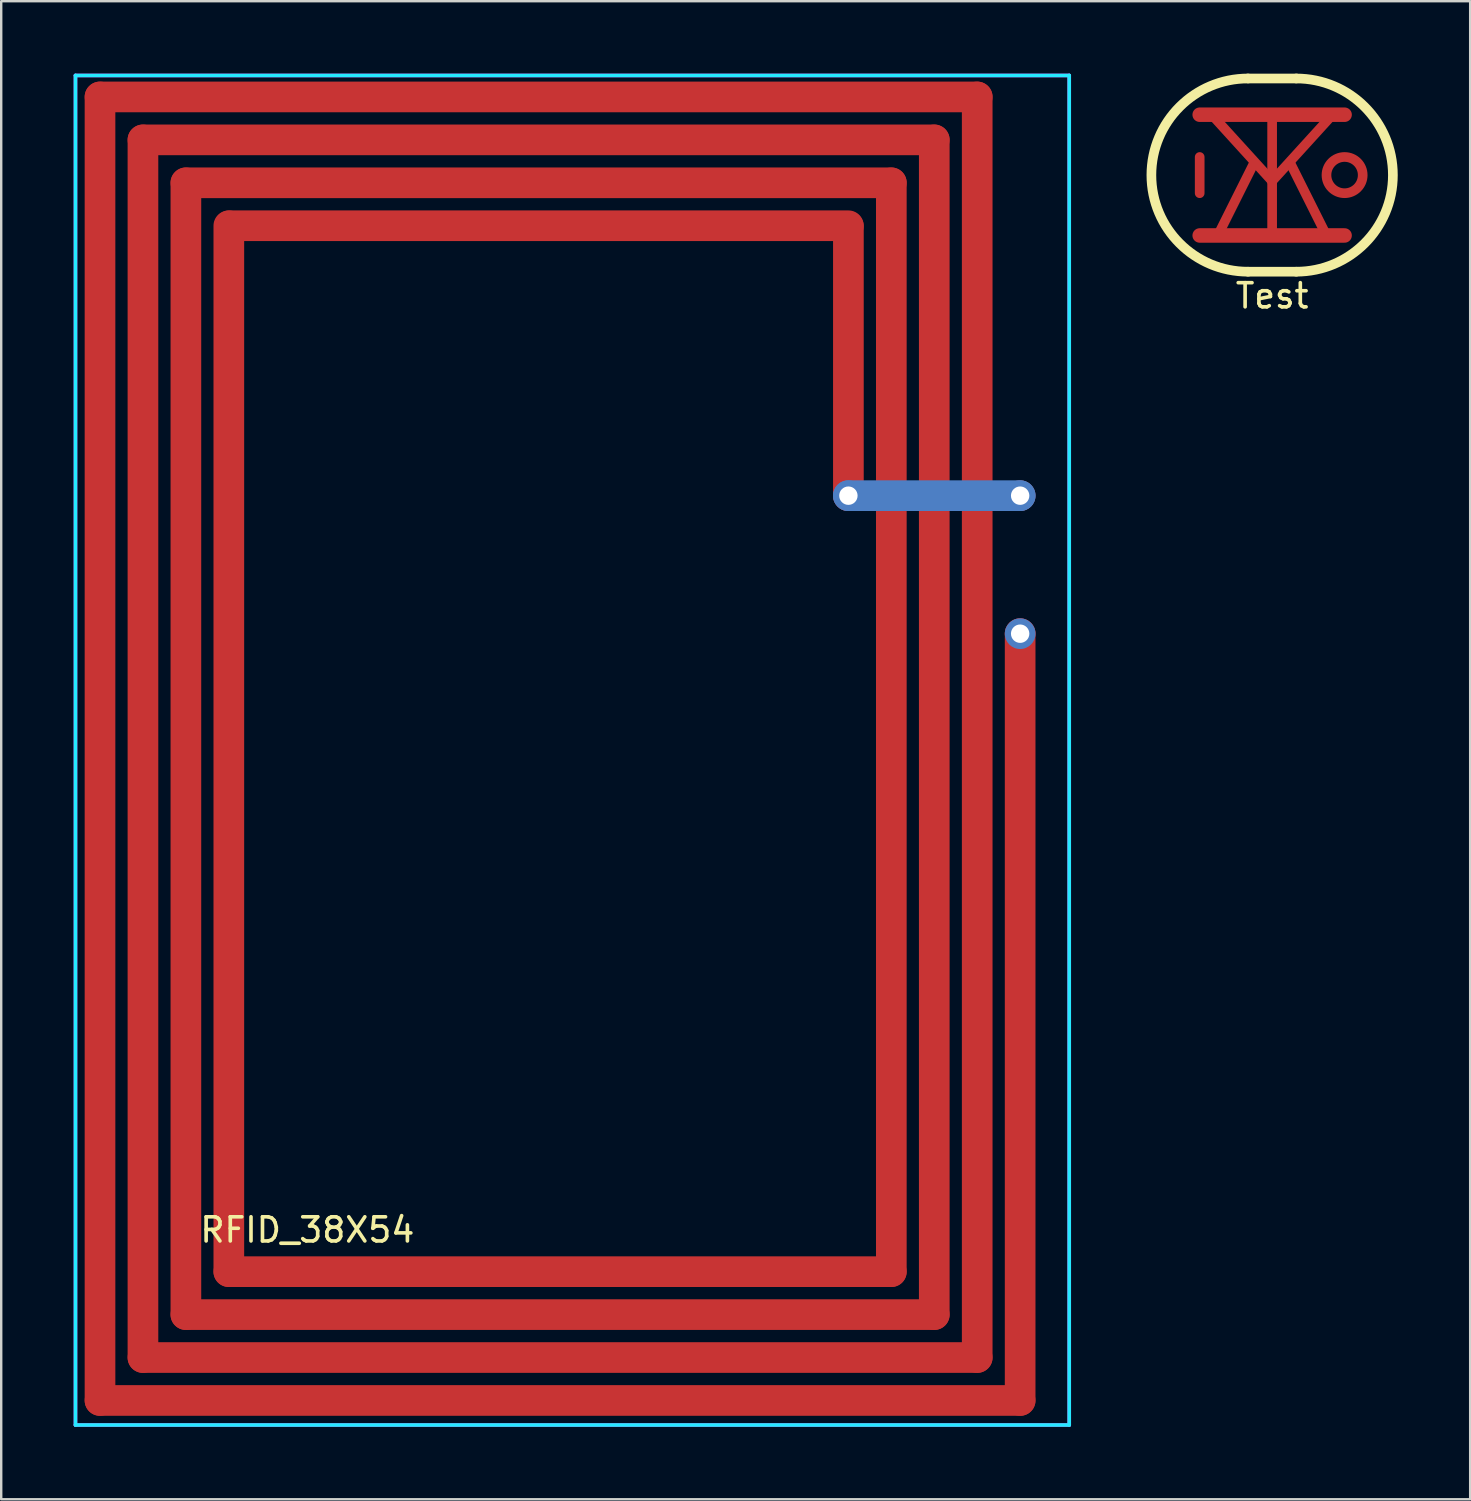
<source format=kicad_pcb>
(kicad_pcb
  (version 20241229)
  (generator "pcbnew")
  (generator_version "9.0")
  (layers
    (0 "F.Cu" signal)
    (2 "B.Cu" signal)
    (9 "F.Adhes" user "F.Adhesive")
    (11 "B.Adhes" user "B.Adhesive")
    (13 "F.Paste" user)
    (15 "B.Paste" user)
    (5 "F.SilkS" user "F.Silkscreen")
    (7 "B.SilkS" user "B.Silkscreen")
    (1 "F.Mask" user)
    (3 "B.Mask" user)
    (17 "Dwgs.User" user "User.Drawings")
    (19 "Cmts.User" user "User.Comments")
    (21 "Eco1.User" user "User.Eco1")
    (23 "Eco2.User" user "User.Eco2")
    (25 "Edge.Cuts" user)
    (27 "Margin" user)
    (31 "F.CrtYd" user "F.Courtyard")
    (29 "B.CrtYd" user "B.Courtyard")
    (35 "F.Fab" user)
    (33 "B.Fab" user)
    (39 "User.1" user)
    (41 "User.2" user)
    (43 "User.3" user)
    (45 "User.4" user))
  (footprint "RFID_38X54"
    (layer "F.Cu")
    (at 1.091 54.939)
    (property "Reference" "RFID_38X54" (at 8.585 -7.061 0) (layer "F.SilkS") (effects (font (size 1 1) (thickness 0.15))))
    (attr through_hole)
    (fp_line (start 0 -53.975) (end 36.322 -53.975) (stroke (width 1.27) (type solid)) (layer "F.Cu"))
    (fp_line (start 0 0) (end 0 -53.975) (stroke (width 1.27) (type solid)) (layer "F.Cu"))
    (fp_line (start 0 0) (end 38.1 0) (stroke (width 1.27) (type solid)) (layer "F.Cu"))
    (fp_line (start 1.778 -52.197) (end 34.544 -52.197) (stroke (width 1.27) (type solid)) (layer "F.Cu"))
    (fp_line (start 1.778 -1.778) (end 1.778 -52.197) (stroke (width 1.27) (type solid)) (layer "F.Cu"))
    (fp_line (start 3.556 -50.419) (end 32.766 -50.419) (stroke (width 1.27) (type solid)) (layer "F.Cu"))
    (fp_line (start 3.556 -3.556) (end 3.556 -50.419) (stroke (width 1.27) (type solid)) (layer "F.Cu"))
    (fp_line (start 5.334 -5.334) (end 5.334 -48.641) (stroke (width 1.27) (type solid)) (layer "F.Cu"))
    (fp_line (start 5.359 -48.641) (end 30.988 -48.641) (stroke (width 1.27) (type solid)) (layer "F.Cu"))
    (fp_line (start 30.988 -48.616) (end 30.988 -37.465) (stroke (width 1.27) (type solid)) (layer "F.Cu"))
    (fp_line (start 32.766 -50.419) (end 32.766 -5.334) (stroke (width 1.27) (type solid)) (layer "F.Cu"))
    (fp_line (start 32.766 -5.334) (end 5.334 -5.334) (stroke (width 1.27) (type solid)) (layer "F.Cu"))
    (fp_line (start 34.544 -52.197) (end 34.544 -3.556) (stroke (width 1.27) (type solid)) (layer "F.Cu"))
    (fp_line (start 34.544 -3.556) (end 3.556 -3.556) (stroke (width 1.27) (type solid)) (layer "F.Cu"))
    (fp_line (start 36.322 -1.778) (end 1.778 -1.778) (stroke (width 1.27) (type solid)) (layer "F.Cu"))
    (fp_line (start 36.322 -1.778) (end 36.322 -53.975) (stroke (width 1.27) (type solid)) (layer "F.Cu"))
    (fp_line (start 38.1 0) (end 38.1 -31.75) (stroke (width 1.27) (type solid)) (layer "F.Cu"))
    (fp_poly (pts (xy -1.016 -54.864) (xy -1.016 1.016) (xy 40.132 1.016) (xy 40.132 -54.864)) (stroke (width 0.15) (type solid)) (fill yes) (layer "F.Mask"))
    (fp_line (start 30.988 -37.465) (end 38.1 -37.465) (stroke (width 1.27) (type solid)) (layer "B.Cu"))
    (fp_poly (pts (xy -0.889 -54.864) (xy -0.889 1.016) (xy 40.259 1.016) (xy 40.259 -54.864)) (stroke (width 0.15) (type solid)) (fill yes) (layer "B.Mask"))
    (fp_line (start -1.016 -54.864) (end -1.016 1.016) (stroke (width 0.15) (type solid)) (layer "B.CrtYd"))
    (fp_line (start -1.016 1.016) (end 40.132 1.016) (stroke (width 0.15) (type solid)) (layer "B.CrtYd"))
    (fp_line (start 40.132 -54.864) (end -1.016 -54.864) (stroke (width 0.15) (type solid)) (layer "B.CrtYd"))
    (fp_line (start 40.132 1.016) (end 40.132 -54.864) (stroke (width 0.15) (type solid)) (layer "B.CrtYd"))
    (fp_line (start -1.016 -54.864) (end -1.016 1.016) (stroke (width 0.15) (type solid)) (layer "F.CrtYd"))
    (fp_line (start -1.016 1.016) (end 40.132 1.016) (stroke (width 0.15) (type solid)) (layer "F.CrtYd"))
    (fp_line (start 40.132 -54.864) (end -1.016 -54.864) (stroke (width 0.15) (type solid)) (layer "F.CrtYd"))
    (fp_line (start 40.132 1.016) (end 40.132 -54.864) (stroke (width 0.15) (type solid)) (layer "F.CrtYd"))
    (pad "" thru_hole circle (at 30.988 -37.465) (size 1.27 1.27) (drill 0.762) (layers "*.Cu" "*.Mask"))
    (pad "1" thru_hole circle (at 38.1 -31.75) (size 1.27 1.27) (drill 0.762) (layers "*.Cu" "*.Mask"))
    (pad "2" thru_hole circle (at 38.1 -37.465) (size 1.27 1.27) (drill 0.762) (layers "*.Cu" "*.Mask")))
  (footprint "Test"
    (layer "F.Cu")
    (at 49.625 6.7)
    (property "Reference" "Test" (at 0 2.5 0) (layer "F.SilkS") (effects (font (size 1 1) (thickness 0.15))))
    (attr through_hole)
    (fp_line (start -3 -5) (end 3 -5) (stroke (width 0.6) (type solid)) (layer "F.Cu"))
    (fp_line (start -3 -3.25) (end -3 -1.75) (stroke (width 0.4) (type solid)) (layer "F.Cu"))
    (fp_line (start -3 0) (end 3 0) (stroke (width 0.6) (type solid)) (layer "F.Cu"))
    (fp_line (start -2.25 0) (end -0.75 -3) (stroke (width 0.4) (type solid)) (layer "F.Cu"))
    (fp_line (start 0 -5) (end 0 0) (stroke (width 0.4) (type solid)) (layer "F.Cu"))
    (fp_line (start 0 -2.25) (end -2.5 -5) (stroke (width 0.4) (type solid)) (layer "F.Cu"))
    (fp_line (start 0 -2.25) (end 2.5 -5) (stroke (width 0.4) (type solid)) (layer "F.Cu"))
    (fp_line (start 0.75 -3) (end 2.25 0) (stroke (width 0.4) (type solid)) (layer "F.Cu"))
    (fp_circle (center 3 -2.5) (end 3.75 -2.5) (stroke (width 0.4) (type solid)) (fill no) (layer "F.Cu"))
    (fp_line (start -1 -6.5) (end 1 -6.5) (stroke (width 0.4) (type solid)) (layer "F.SilkS"))
    (fp_line (start -1 1.5) (end 1 1.5) (stroke (width 0.4) (type solid)) (layer "F.SilkS"))
    (fp_arc (start -1 1.5) (mid -5 -2.5) (end -1 -6.5) (stroke (width 0.4) (type solid)) (layer "F.SilkS"))
    (fp_arc (start 1 -6.5) (mid 5 -2.5) (end 1 1.5) (stroke (width 0.4) (type solid)) (layer "F.SilkS")))
  (gr_rect
    (start -3 -3)
    (end 57.825 59.03)
    (stroke (width 0.1) (type default))
    (fill no)
    (layer "Edge.Cuts")))
</source>
